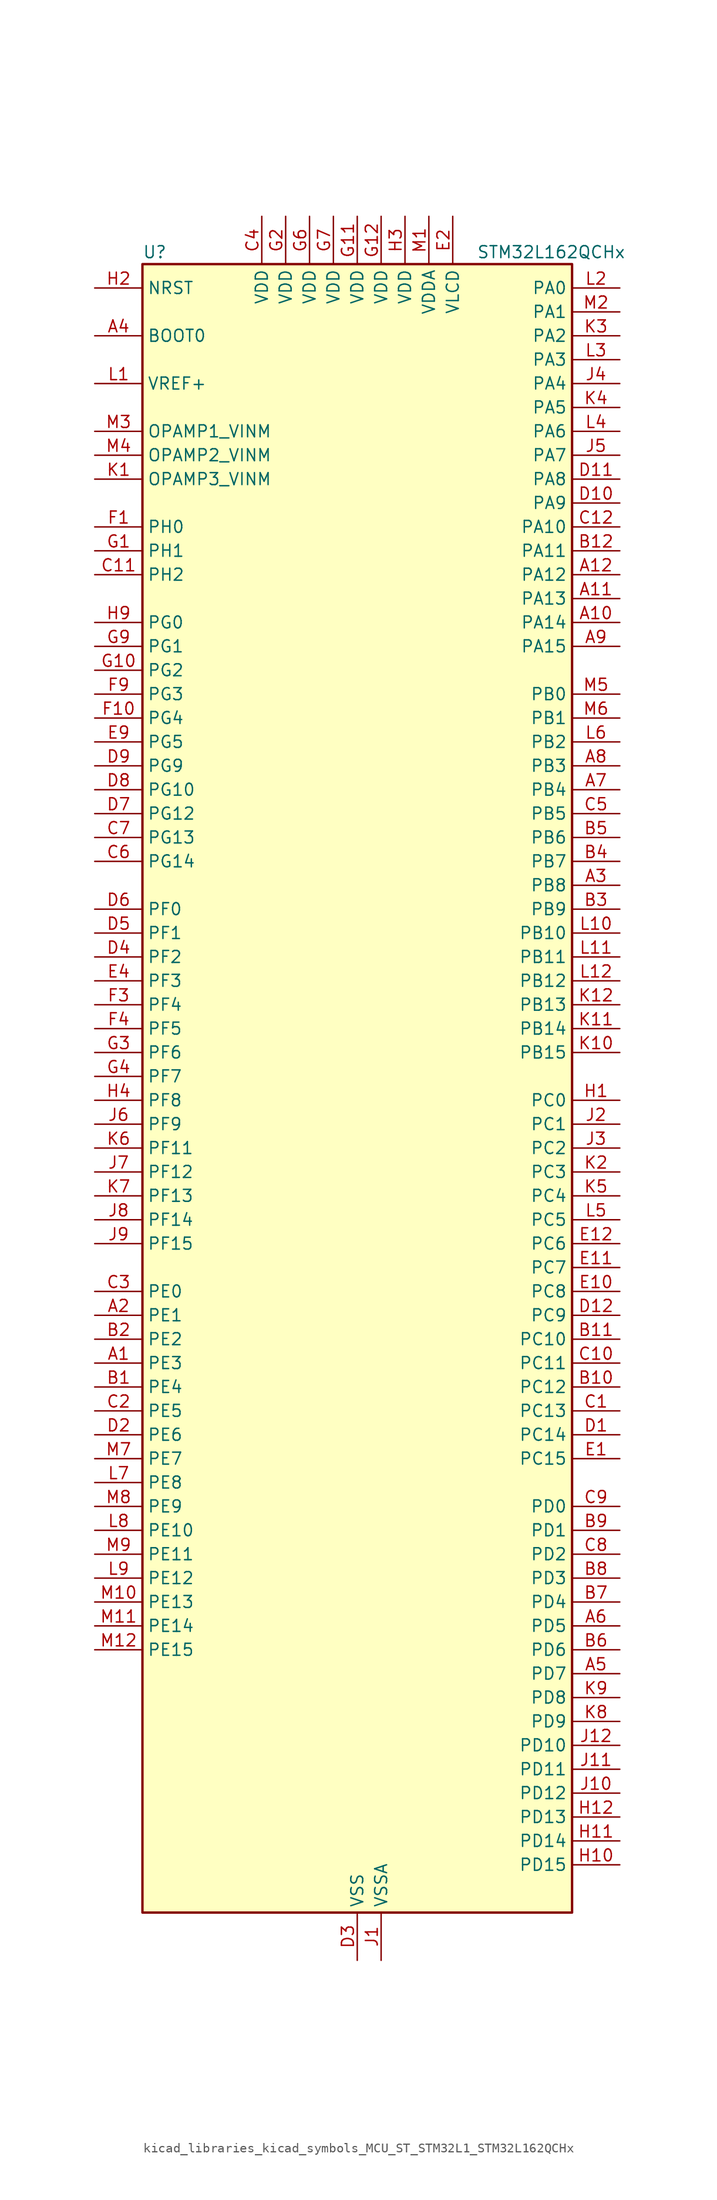
<source format=kicad_sym>
(kicad_symbol_lib
  (version 20220914)
  (generator kicad_symbol_editor)
  (symbol "kicad_libraries_kicad_symbols_MCU_ST_STM32L1_STM32L162QCHx"
    (property "Reference" "U"
      (at -22.86 90.17 0)
      (effects (font (size 1.27 1.27)) (justify left)))
    (property "Value" "STM32L162QCHx"
      (at 12.7 90.17 0)
      (effects (font (size 1.27 1.27)) (justify left)))
    (property "ki_locked" ""
      (at 0 0 0)
      (effects (font (size 1.27 1.27))))
    (symbol "kicad_libraries_kicad_symbols_MCU_ST_STM32L1_STM32L162QCHx_0_1"
      (rectangle (start -22.86 -86.36) (end 22.86 88.9) (stroke (width 0.254) (type default)) (fill (type background))))
    (symbol "kicad_libraries_kicad_symbols_MCU_ST_STM32L1_STM32L162QCHx_1_1"
      (pin bidirectional line (at -27.94 -27.94 0) (length 5.08) (name "PE3" (effects (font (size 1.27 1.27)))) (number "A1" (effects (font (size 1.27 1.27)))) (alternate "LCD_SEG39" bidirectional line) (alternate "SYS_TRACED0" bidirectional line) (alternate "TIM3_CH1" bidirectional line) (alternate "TIMX_IC4" bidirectional line))
      (pin bidirectional line (at 27.94 50.8 180) (length 5.08) (name "PA14" (effects (font (size 1.27 1.27)))) (number "A10" (effects (font (size 1.27 1.27)))) (alternate "SYS_JTCK-SWCLK" bidirectional line) (alternate "TIMX_IC3" bidirectional line) (alternate "TS_G5_IO2" bidirectional line))
      (pin bidirectional line (at 27.94 53.34 180) (length 5.08) (name "PA13" (effects (font (size 1.27 1.27)))) (number "A11" (effects (font (size 1.27 1.27)))) (alternate "SYS_JTMS-SWDIO" bidirectional line) (alternate "TIMX_IC2" bidirectional line) (alternate "TS_G5_IO1" bidirectional line))
      (pin bidirectional line (at 27.94 55.88 180) (length 5.08) (name "PA12" (effects (font (size 1.27 1.27)))) (number "A12" (effects (font (size 1.27 1.27)))) (alternate "SPI1_MOSI" bidirectional line) (alternate "TIMX_IC1" bidirectional line) (alternate "USART1_RTS" bidirectional line) (alternate "USB_DP" bidirectional line))
      (pin bidirectional line (at -27.94 -22.86 0) (length 5.08) (name "PE1" (effects (font (size 1.27 1.27)))) (number "A2" (effects (font (size 1.27 1.27)))) (alternate "LCD_SEG37" bidirectional line) (alternate "TIM11_CH1" bidirectional line) (alternate "TIMX_IC2" bidirectional line))
      (pin bidirectional line (at 27.94 22.86 180) (length 5.08) (name "PB8" (effects (font (size 1.27 1.27)))) (number "A3" (effects (font (size 1.27 1.27)))) (alternate "I2C1_SCL" bidirectional line) (alternate "LCD_SEG16" bidirectional line) (alternate "TIM10_CH1" bidirectional line) (alternate "TIM4_CH3" bidirectional line))
      (pin input line (at -27.94 81.28 0) (length 5.08) (name "BOOT0" (effects (font (size 1.27 1.27)))) (number "A4" (effects (font (size 1.27 1.27)))))
      (pin bidirectional line (at 27.94 -60.96 180) (length 5.08) (name "PD7" (effects (font (size 1.27 1.27)))) (number "A5" (effects (font (size 1.27 1.27)))) (alternate "TIM9_CH2" bidirectional line) (alternate "TIMX_IC4" bidirectional line) (alternate "USART2_CK" bidirectional line))
      (pin bidirectional line (at 27.94 -55.88 180) (length 5.08) (name "PD5" (effects (font (size 1.27 1.27)))) (number "A6" (effects (font (size 1.27 1.27)))) (alternate "TIMX_IC2" bidirectional line) (alternate "USART2_TX" bidirectional line))
      (pin bidirectional line (at 27.94 33.02 180) (length 5.08) (name "PB4" (effects (font (size 1.27 1.27)))) (number "A7" (effects (font (size 1.27 1.27)))) (alternate "COMP2_INP" bidirectional line) (alternate "LCD_SEG8" bidirectional line) (alternate "SPI1_MISO" bidirectional line) (alternate "SPI3_MISO" bidirectional line) (alternate "SYS_JTRST" bidirectional line) (alternate "TIM3_CH1" bidirectional line) (alternate "TS_G6_IO1" bidirectional line))
      (pin bidirectional line (at 27.94 35.56 180) (length 5.08) (name "PB3" (effects (font (size 1.27 1.27)))) (number "A8" (effects (font (size 1.27 1.27)))) (alternate "COMP2_INM" bidirectional line) (alternate "I2S3_CK" bidirectional line) (alternate "LCD_SEG7" bidirectional line) (alternate "SPI1_SCK" bidirectional line) (alternate "SPI3_SCK" bidirectional line) (alternate "SYS_JTDO-TRACESWO" bidirectional line) (alternate "TIM2_CH2" bidirectional line))
      (pin bidirectional line (at 27.94 48.26 180) (length 5.08) (name "PA15" (effects (font (size 1.27 1.27)))) (number "A9" (effects (font (size 1.27 1.27)))) (alternate "ADC_EXTI15" bidirectional line) (alternate "I2S3_WS" bidirectional line) (alternate "LCD_SEG17" bidirectional line) (alternate "SPI1_NSS" bidirectional line) (alternate "SPI3_NSS" bidirectional line) (alternate "SYS_JTDI" bidirectional line) (alternate "TIM2_CH1" bidirectional line) (alternate "TIM2_ETR" bidirectional line) (alternate "TIMX_IC4" bidirectional line) (alternate "TS_G5_IO3" bidirectional line))
      (pin bidirectional line (at -27.94 -30.48 0) (length 5.08) (name "PE4" (effects (font (size 1.27 1.27)))) (number "B1" (effects (font (size 1.27 1.27)))) (alternate "SYS_TRACED1" bidirectional line) (alternate "TIM3_CH2" bidirectional line) (alternate "TIMX_IC1" bidirectional line))
      (pin bidirectional line (at 27.94 -30.48 180) (length 5.08) (name "PC12" (effects (font (size 1.27 1.27)))) (number "B10" (effects (font (size 1.27 1.27)))) (alternate "I2S3_SD" bidirectional line) (alternate "LCD_COM6" bidirectional line) (alternate "LCD_SEG30" bidirectional line) (alternate "LCD_SEG42" bidirectional line) (alternate "SPI3_MOSI" bidirectional line) (alternate "TIMX_IC1" bidirectional line) (alternate "USART3_CK" bidirectional line))
      (pin bidirectional line (at 27.94 -25.4 180) (length 5.08) (name "PC10" (effects (font (size 1.27 1.27)))) (number "B11" (effects (font (size 1.27 1.27)))) (alternate "I2S3_CK" bidirectional line) (alternate "LCD_COM4" bidirectional line) (alternate "LCD_SEG28" bidirectional line) (alternate "LCD_SEG40" bidirectional line) (alternate "SPI3_SCK" bidirectional line) (alternate "TIMX_IC3" bidirectional line) (alternate "USART3_TX" bidirectional line))
      (pin bidirectional line (at 27.94 58.42 180) (length 5.08) (name "PA11" (effects (font (size 1.27 1.27)))) (number "B12" (effects (font (size 1.27 1.27)))) (alternate "ADC_EXTI11" bidirectional line) (alternate "SPI1_MISO" bidirectional line) (alternate "TIMX_IC4" bidirectional line) (alternate "USART1_CTS" bidirectional line) (alternate "USB_DM" bidirectional line))
      (pin bidirectional line (at -27.94 -25.4 0) (length 5.08) (name "PE2" (effects (font (size 1.27 1.27)))) (number "B2" (effects (font (size 1.27 1.27)))) (alternate "LCD_SEG38" bidirectional line) (alternate "SYS_TRACECK" bidirectional line) (alternate "TIM3_ETR" bidirectional line) (alternate "TIMX_IC3" bidirectional line))
      (pin bidirectional line (at 27.94 20.32 180) (length 5.08) (name "PB9" (effects (font (size 1.27 1.27)))) (number "B3" (effects (font (size 1.27 1.27)))) (alternate "DAC_EXTI9" bidirectional line) (alternate "I2C1_SDA" bidirectional line) (alternate "LCD_COM3" bidirectional line) (alternate "TIM11_CH1" bidirectional line) (alternate "TIM4_CH4" bidirectional line))
      (pin bidirectional line (at 27.94 25.4 180) (length 5.08) (name "PB7" (effects (font (size 1.27 1.27)))) (number "B4" (effects (font (size 1.27 1.27)))) (alternate "COMP2_INP" bidirectional line) (alternate "I2C1_SDA" bidirectional line) (alternate "SYS_PVD_IN" bidirectional line) (alternate "TIM4_CH2" bidirectional line) (alternate "TS_G6_IO4" bidirectional line) (alternate "USART1_RX" bidirectional line))
      (pin bidirectional line (at 27.94 27.94 180) (length 5.08) (name "PB6" (effects (font (size 1.27 1.27)))) (number "B5" (effects (font (size 1.27 1.27)))) (alternate "COMP2_INP" bidirectional line) (alternate "I2C1_SCL" bidirectional line) (alternate "TIM4_CH1" bidirectional line) (alternate "TS_G6_IO3" bidirectional line) (alternate "USART1_TX" bidirectional line))
      (pin bidirectional line (at 27.94 -58.42 180) (length 5.08) (name "PD6" (effects (font (size 1.27 1.27)))) (number "B6" (effects (font (size 1.27 1.27)))) (alternate "TIMX_IC3" bidirectional line) (alternate "USART2_RX" bidirectional line))
      (pin bidirectional line (at 27.94 -53.34 180) (length 5.08) (name "PD4" (effects (font (size 1.27 1.27)))) (number "B7" (effects (font (size 1.27 1.27)))) (alternate "I2S2_SD" bidirectional line) (alternate "SPI2_MOSI" bidirectional line) (alternate "TIMX_IC1" bidirectional line) (alternate "USART2_RTS" bidirectional line))
      (pin bidirectional line (at 27.94 -50.8 180) (length 5.08) (name "PD3" (effects (font (size 1.27 1.27)))) (number "B8" (effects (font (size 1.27 1.27)))) (alternate "SPI2_MISO" bidirectional line) (alternate "TIMX_IC4" bidirectional line) (alternate "USART2_CTS" bidirectional line))
      (pin bidirectional line (at 27.94 -45.72 180) (length 5.08) (name "PD1" (effects (font (size 1.27 1.27)))) (number "B9" (effects (font (size 1.27 1.27)))) (alternate "I2S2_CK" bidirectional line) (alternate "SPI2_SCK" bidirectional line) (alternate "TIMX_IC2" bidirectional line))
      (pin bidirectional line (at 27.94 -33.02 180) (length 5.08) (name "PC13" (effects (font (size 1.27 1.27)))) (number "C1" (effects (font (size 1.27 1.27)))) (alternate "RTC_OUT_ALARM" bidirectional line) (alternate "RTC_OUT_CALIB" bidirectional line) (alternate "RTC_TAMP1" bidirectional line) (alternate "RTC_TS" bidirectional line) (alternate "SYS_WKUP2" bidirectional line) (alternate "TIMX_IC2" bidirectional line))
      (pin bidirectional line (at 27.94 -27.94 180) (length 5.08) (name "PC11" (effects (font (size 1.27 1.27)))) (number "C10" (effects (font (size 1.27 1.27)))) (alternate "ADC_EXTI11" bidirectional line) (alternate "LCD_COM5" bidirectional line) (alternate "LCD_SEG29" bidirectional line) (alternate "LCD_SEG41" bidirectional line) (alternate "SPI3_MISO" bidirectional line) (alternate "TIMX_IC4" bidirectional line) (alternate "USART3_RX" bidirectional line))
      (pin bidirectional line (at -27.94 55.88 0) (length 5.08) (name "PH2" (effects (font (size 1.27 1.27)))) (number "C11" (effects (font (size 1.27 1.27)))))
      (pin bidirectional line (at 27.94 60.96 180) (length 5.08) (name "PA10" (effects (font (size 1.27 1.27)))) (number "C12" (effects (font (size 1.27 1.27)))) (alternate "LCD_COM2" bidirectional line) (alternate "TIMX_IC3" bidirectional line) (alternate "TS_G4_IO3" bidirectional line) (alternate "USART1_RX" bidirectional line))
      (pin bidirectional line (at -27.94 -33.02 0) (length 5.08) (name "PE5" (effects (font (size 1.27 1.27)))) (number "C2" (effects (font (size 1.27 1.27)))) (alternate "SYS_TRACED2" bidirectional line) (alternate "TIM9_CH1" bidirectional line) (alternate "TIMX_IC2" bidirectional line))
      (pin bidirectional line (at -27.94 -20.32 0) (length 5.08) (name "PE0" (effects (font (size 1.27 1.27)))) (number "C3" (effects (font (size 1.27 1.27)))) (alternate "LCD_SEG36" bidirectional line) (alternate "TIM10_CH1" bidirectional line) (alternate "TIM4_ETR" bidirectional line) (alternate "TIMX_IC1" bidirectional line))
      (pin power_in line (at -10.16 93.98 270) (length 5.08) (name "VDD" (effects (font (size 1.27 1.27)))) (number "C4" (effects (font (size 1.27 1.27)))))
      (pin bidirectional line (at 27.94 30.48 180) (length 5.08) (name "PB5" (effects (font (size 1.27 1.27)))) (number "C5" (effects (font (size 1.27 1.27)))) (alternate "COMP2_INP" bidirectional line) (alternate "I2C1_SMBA" bidirectional line) (alternate "I2S3_SD" bidirectional line) (alternate "LCD_SEG9" bidirectional line) (alternate "SPI1_MOSI" bidirectional line) (alternate "SPI3_MOSI" bidirectional line) (alternate "TIM3_CH2" bidirectional line) (alternate "TS_G6_IO2" bidirectional line))
      (pin bidirectional line (at -27.94 25.4 0) (length 5.08) (name "PG14" (effects (font (size 1.27 1.27)))) (number "C6" (effects (font (size 1.27 1.27)))))
      (pin bidirectional line (at -27.94 27.94 0) (length 5.08) (name "PG13" (effects (font (size 1.27 1.27)))) (number "C7" (effects (font (size 1.27 1.27)))))
      (pin bidirectional line (at 27.94 -48.26 180) (length 5.08) (name "PD2" (effects (font (size 1.27 1.27)))) (number "C8" (effects (font (size 1.27 1.27)))) (alternate "LCD_COM7" bidirectional line) (alternate "LCD_SEG31" bidirectional line) (alternate "LCD_SEG43" bidirectional line) (alternate "TIM3_ETR" bidirectional line) (alternate "TIMX_IC3" bidirectional line))
      (pin bidirectional line (at 27.94 -43.18 180) (length 5.08) (name "PD0" (effects (font (size 1.27 1.27)))) (number "C9" (effects (font (size 1.27 1.27)))) (alternate "I2S2_WS" bidirectional line) (alternate "SPI2_NSS" bidirectional line) (alternate "TIM9_CH1" bidirectional line) (alternate "TIMX_IC1" bidirectional line))
      (pin bidirectional line (at 27.94 -35.56 180) (length 5.08) (name "PC14" (effects (font (size 1.27 1.27)))) (number "D1" (effects (font (size 1.27 1.27)))) (alternate "RCC_OSC32_IN" bidirectional line) (alternate "TIMX_IC3" bidirectional line))
      (pin bidirectional line (at 27.94 63.5 180) (length 5.08) (name "PA9" (effects (font (size 1.27 1.27)))) (number "D10" (effects (font (size 1.27 1.27)))) (alternate "DAC_EXTI9" bidirectional line) (alternate "LCD_COM1" bidirectional line) (alternate "TIMX_IC2" bidirectional line) (alternate "TS_G4_IO2" bidirectional line) (alternate "USART1_TX" bidirectional line))
      (pin bidirectional line (at 27.94 66.04 180) (length 5.08) (name "PA8" (effects (font (size 1.27 1.27)))) (number "D11" (effects (font (size 1.27 1.27)))) (alternate "LCD_COM0" bidirectional line) (alternate "RCC_MCO" bidirectional line) (alternate "TIMX_IC1" bidirectional line) (alternate "TS_G4_IO1" bidirectional line) (alternate "USART1_CK" bidirectional line))
      (pin bidirectional line (at 27.94 -22.86 180) (length 5.08) (name "PC9" (effects (font (size 1.27 1.27)))) (number "D12" (effects (font (size 1.27 1.27)))) (alternate "DAC_EXTI9" bidirectional line) (alternate "LCD_SEG27" bidirectional line) (alternate "TIM3_CH4" bidirectional line) (alternate "TIMX_IC2" bidirectional line) (alternate "TS_G10_IO4" bidirectional line))
      (pin bidirectional line (at -27.94 -35.56 0) (length 5.08) (name "PE6" (effects (font (size 1.27 1.27)))) (number "D2" (effects (font (size 1.27 1.27)))) (alternate "RTC_TAMP3" bidirectional line) (alternate "SYS_TRACED3" bidirectional line) (alternate "SYS_WKUP3" bidirectional line) (alternate "TIM9_CH2" bidirectional line) (alternate "TIMX_IC3" bidirectional line))
      (pin power_in line (at 0 -91.44 90) (length 5.08) (name "VSS" (effects (font (size 1.27 1.27)))) (number "D3" (effects (font (size 1.27 1.27)))))
      (pin bidirectional line (at -27.94 15.24 0) (length 5.08) (name "PF2" (effects (font (size 1.27 1.27)))) (number "D4" (effects (font (size 1.27 1.27)))))
      (pin bidirectional line (at -27.94 17.78 0) (length 5.08) (name "PF1" (effects (font (size 1.27 1.27)))) (number "D5" (effects (font (size 1.27 1.27)))))
      (pin bidirectional line (at -27.94 20.32 0) (length 5.08) (name "PF0" (effects (font (size 1.27 1.27)))) (number "D6" (effects (font (size 1.27 1.27)))))
      (pin bidirectional line (at -27.94 30.48 0) (length 5.08) (name "PG12" (effects (font (size 1.27 1.27)))) (number "D7" (effects (font (size 1.27 1.27)))))
      (pin bidirectional line (at -27.94 33.02 0) (length 5.08) (name "PG10" (effects (font (size 1.27 1.27)))) (number "D8" (effects (font (size 1.27 1.27)))))
      (pin bidirectional line (at -27.94 35.56 0) (length 5.08) (name "PG9" (effects (font (size 1.27 1.27)))) (number "D9" (effects (font (size 1.27 1.27)))) (alternate "DAC_EXTI9" bidirectional line))
      (pin bidirectional line (at 27.94 -38.1 180) (length 5.08) (name "PC15" (effects (font (size 1.27 1.27)))) (number "E1" (effects (font (size 1.27 1.27)))) (alternate "ADC_EXTI15" bidirectional line) (alternate "RCC_OSC32_OUT" bidirectional line) (alternate "TIMX_IC4" bidirectional line))
      (pin bidirectional line (at 27.94 -20.32 180) (length 5.08) (name "PC8" (effects (font (size 1.27 1.27)))) (number "E10" (effects (font (size 1.27 1.27)))) (alternate "LCD_SEG26" bidirectional line) (alternate "TIM3_CH3" bidirectional line) (alternate "TIMX_IC1" bidirectional line) (alternate "TS_G10_IO3" bidirectional line))
      (pin bidirectional line (at 27.94 -17.78 180) (length 5.08) (name "PC7" (effects (font (size 1.27 1.27)))) (number "E11" (effects (font (size 1.27 1.27)))) (alternate "I2S3_MCK" bidirectional line) (alternate "LCD_SEG25" bidirectional line) (alternate "TIM3_CH2" bidirectional line) (alternate "TIMX_IC4" bidirectional line) (alternate "TS_G10_IO2" bidirectional line))
      (pin bidirectional line (at 27.94 -15.24 180) (length 5.08) (name "PC6" (effects (font (size 1.27 1.27)))) (number "E12" (effects (font (size 1.27 1.27)))) (alternate "I2S2_MCK" bidirectional line) (alternate "LCD_SEG24" bidirectional line) (alternate "TIM3_CH1" bidirectional line) (alternate "TIMX_IC3" bidirectional line) (alternate "TS_G10_IO1" bidirectional line))
      (pin power_in line (at 10.16 93.98 270) (length 5.08) (name "VLCD" (effects (font (size 1.27 1.27)))) (number "E2" (effects (font (size 1.27 1.27)))))
      (pin passive line (at 0 -91.44 90) (length 5.08) hide (name "VSS" (effects (font (size 1.27 1.27)))) (number "E3" (effects (font (size 1.27 1.27)))))
      (pin bidirectional line (at -27.94 12.7 0) (length 5.08) (name "PF3" (effects (font (size 1.27 1.27)))) (number "E4" (effects (font (size 1.27 1.27)))))
      (pin bidirectional line (at -27.94 38.1 0) (length 5.08) (name "PG5" (effects (font (size 1.27 1.27)))) (number "E9" (effects (font (size 1.27 1.27)))))
      (pin bidirectional line (at -27.94 60.96 0) (length 5.08) (name "PH0" (effects (font (size 1.27 1.27)))) (number "F1" (effects (font (size 1.27 1.27)))) (alternate "RCC_OSC_IN" bidirectional line))
      (pin bidirectional line (at -27.94 40.64 0) (length 5.08) (name "PG4" (effects (font (size 1.27 1.27)))) (number "F10" (effects (font (size 1.27 1.27)))) (alternate "ADC_IN12b" bidirectional line) (alternate "TS_G7_IO7" bidirectional line))
      (pin passive line (at 0 -91.44 90) (length 5.08) hide (name "VSS" (effects (font (size 1.27 1.27)))) (number "F11" (effects (font (size 1.27 1.27)))))
      (pin passive line (at 0 -91.44 90) (length 5.08) hide (name "VSS" (effects (font (size 1.27 1.27)))) (number "F12" (effects (font (size 1.27 1.27)))))
      (pin passive line (at 0 -91.44 90) (length 5.08) hide (name "VSS" (effects (font (size 1.27 1.27)))) (number "F2" (effects (font (size 1.27 1.27)))))
      (pin bidirectional line (at -27.94 10.16 0) (length 5.08) (name "PF4" (effects (font (size 1.27 1.27)))) (number "F3" (effects (font (size 1.27 1.27)))))
      (pin bidirectional line (at -27.94 7.62 0) (length 5.08) (name "PF5" (effects (font (size 1.27 1.27)))) (number "F4" (effects (font (size 1.27 1.27)))))
      (pin passive line (at 0 -91.44 90) (length 5.08) hide (name "VSS" (effects (font (size 1.27 1.27)))) (number "F6" (effects (font (size 1.27 1.27)))))
      (pin passive line (at 0 -91.44 90) (length 5.08) hide (name "VSS" (effects (font (size 1.27 1.27)))) (number "F7" (effects (font (size 1.27 1.27)))))
      (pin bidirectional line (at -27.94 43.18 0) (length 5.08) (name "PG3" (effects (font (size 1.27 1.27)))) (number "F9" (effects (font (size 1.27 1.27)))) (alternate "ADC_IN11b" bidirectional line) (alternate "TS_G7_IO6" bidirectional line))
      (pin bidirectional line (at -27.94 58.42 0) (length 5.08) (name "PH1" (effects (font (size 1.27 1.27)))) (number "G1" (effects (font (size 1.27 1.27)))) (alternate "RCC_OSC_OUT" bidirectional line))
      (pin bidirectional line (at -27.94 45.72 0) (length 5.08) (name "PG2" (effects (font (size 1.27 1.27)))) (number "G10" (effects (font (size 1.27 1.27)))) (alternate "ADC_IN10b" bidirectional line) (alternate "TS_G7_IO5" bidirectional line))
      (pin power_in line (at 0 93.98 270) (length 5.08) (name "VDD" (effects (font (size 1.27 1.27)))) (number "G11" (effects (font (size 1.27 1.27)))))
      (pin power_in line (at 2.54 93.98 270) (length 5.08) (name "VDD" (effects (font (size 1.27 1.27)))) (number "G12" (effects (font (size 1.27 1.27)))))
      (pin power_in line (at -7.62 93.98 270) (length 5.08) (name "VDD" (effects (font (size 1.27 1.27)))) (number "G2" (effects (font (size 1.27 1.27)))))
      (pin bidirectional line (at -27.94 5.08 0) (length 5.08) (name "PF6" (effects (font (size 1.27 1.27)))) (number "G3" (effects (font (size 1.27 1.27)))) (alternate "ADC_IN27" bidirectional line) (alternate "TIM5_CH1" bidirectional line) (alternate "TIM5_ETR" bidirectional line) (alternate "TS_G11_IO1" bidirectional line))
      (pin bidirectional line (at -27.94 2.54 0) (length 5.08) (name "PF7" (effects (font (size 1.27 1.27)))) (number "G4" (effects (font (size 1.27 1.27)))) (alternate "ADC_IN28" bidirectional line) (alternate "COMP1_INP" bidirectional line) (alternate "TIM5_CH2" bidirectional line) (alternate "TS_G11_IO2" bidirectional line))
      (pin power_in line (at -5.08 93.98 270) (length 5.08) (name "VDD" (effects (font (size 1.27 1.27)))) (number "G6" (effects (font (size 1.27 1.27)))))
      (pin power_in line (at -2.54 93.98 270) (length 5.08) (name "VDD" (effects (font (size 1.27 1.27)))) (number "G7" (effects (font (size 1.27 1.27)))))
      (pin bidirectional line (at -27.94 48.26 0) (length 5.08) (name "PG1" (effects (font (size 1.27 1.27)))) (number "G9" (effects (font (size 1.27 1.27)))) (alternate "ADC_IN9b" bidirectional line) (alternate "TS_G2_IO5" bidirectional line))
      (pin bidirectional line (at 27.94 0 180) (length 5.08) (name "PC0" (effects (font (size 1.27 1.27)))) (number "H1" (effects (font (size 1.27 1.27)))) (alternate "ADC_IN10" bidirectional line) (alternate "COMP1_INP" bidirectional line) (alternate "LCD_SEG18" bidirectional line) (alternate "TIMX_IC1" bidirectional line) (alternate "TS_G8_IO1" bidirectional line))
      (pin bidirectional line (at 27.94 -81.28 180) (length 5.08) (name "PD15" (effects (font (size 1.27 1.27)))) (number "H10" (effects (font (size 1.27 1.27)))) (alternate "ADC_EXTI15" bidirectional line) (alternate "LCD_SEG35" bidirectional line) (alternate "TIM4_CH4" bidirectional line) (alternate "TIMX_IC4" bidirectional line))
      (pin bidirectional line (at 27.94 -78.74 180) (length 5.08) (name "PD14" (effects (font (size 1.27 1.27)))) (number "H11" (effects (font (size 1.27 1.27)))) (alternate "LCD_SEG34" bidirectional line) (alternate "TIM4_CH3" bidirectional line) (alternate "TIMX_IC3" bidirectional line))
      (pin bidirectional line (at 27.94 -76.2 180) (length 5.08) (name "PD13" (effects (font (size 1.27 1.27)))) (number "H12" (effects (font (size 1.27 1.27)))) (alternate "LCD_SEG33" bidirectional line) (alternate "TIM4_CH2" bidirectional line) (alternate "TIMX_IC2" bidirectional line))
      (pin input line (at -27.94 86.36 0) (length 5.08) (name "NRST" (effects (font (size 1.27 1.27)))) (number "H2" (effects (font (size 1.27 1.27)))))
      (pin power_in line (at 5.08 93.98 270) (length 5.08) (name "VDD" (effects (font (size 1.27 1.27)))) (number "H3" (effects (font (size 1.27 1.27)))))
      (pin bidirectional line (at -27.94 0 0) (length 5.08) (name "PF8" (effects (font (size 1.27 1.27)))) (number "H4" (effects (font (size 1.27 1.27)))) (alternate "ADC_IN29" bidirectional line) (alternate "COMP1_INP" bidirectional line) (alternate "TIM5_CH3" bidirectional line) (alternate "TS_G11_IO3" bidirectional line))
      (pin bidirectional line (at -27.94 50.8 0) (length 5.08) (name "PG0" (effects (font (size 1.27 1.27)))) (number "H9" (effects (font (size 1.27 1.27)))) (alternate "ADC_IN8b" bidirectional line) (alternate "TS_G2_IO4" bidirectional line))
      (pin power_in line (at 2.54 -91.44 90) (length 5.08) (name "VSSA" (effects (font (size 1.27 1.27)))) (number "J1" (effects (font (size 1.27 1.27)))))
      (pin bidirectional line (at 27.94 -73.66 180) (length 5.08) (name "PD12" (effects (font (size 1.27 1.27)))) (number "J10" (effects (font (size 1.27 1.27)))) (alternate "LCD_SEG32" bidirectional line) (alternate "TIM4_CH1" bidirectional line) (alternate "TIMX_IC1" bidirectional line) (alternate "USART3_RTS" bidirectional line))
      (pin bidirectional line (at 27.94 -71.12 180) (length 5.08) (name "PD11" (effects (font (size 1.27 1.27)))) (number "J11" (effects (font (size 1.27 1.27)))) (alternate "ADC_EXTI11" bidirectional line) (alternate "LCD_SEG31" bidirectional line) (alternate "TIMX_IC4" bidirectional line) (alternate "USART3_CTS" bidirectional line))
      (pin bidirectional line (at 27.94 -68.58 180) (length 5.08) (name "PD10" (effects (font (size 1.27 1.27)))) (number "J12" (effects (font (size 1.27 1.27)))) (alternate "LCD_SEG30" bidirectional line) (alternate "TIMX_IC3" bidirectional line) (alternate "USART3_CK" bidirectional line))
      (pin bidirectional line (at 27.94 -2.54 180) (length 5.08) (name "PC1" (effects (font (size 1.27 1.27)))) (number "J2" (effects (font (size 1.27 1.27)))) (alternate "ADC_IN11" bidirectional line) (alternate "COMP1_INP" bidirectional line) (alternate "LCD_SEG19" bidirectional line) (alternate "TIMX_IC2" bidirectional line) (alternate "TS_G8_IO2" bidirectional line))
      (pin bidirectional line (at 27.94 -5.08 180) (length 5.08) (name "PC2" (effects (font (size 1.27 1.27)))) (number "J3" (effects (font (size 1.27 1.27)))) (alternate "ADC_IN12" bidirectional line) (alternate "COMP1_INP" bidirectional line) (alternate "LCD_SEG20" bidirectional line) (alternate "TIMX_IC3" bidirectional line) (alternate "TS_G8_IO3" bidirectional line))
      (pin bidirectional line (at 27.94 76.2 180) (length 5.08) (name "PA4" (effects (font (size 1.27 1.27)))) (number "J4" (effects (font (size 1.27 1.27)))) (alternate "ADC_IN4" bidirectional line) (alternate "COMP1_INP" bidirectional line) (alternate "DAC_OUT1" bidirectional line) (alternate "I2S3_WS" bidirectional line) (alternate "SPI1_NSS" bidirectional line) (alternate "SPI3_NSS" bidirectional line) (alternate "TIMX_IC1" bidirectional line) (alternate "USART2_CK" bidirectional line))
      (pin bidirectional line (at 27.94 68.58 180) (length 5.08) (name "PA7" (effects (font (size 1.27 1.27)))) (number "J5" (effects (font (size 1.27 1.27)))) (alternate "ADC_IN7" bidirectional line) (alternate "COMP1_INP" bidirectional line) (alternate "LCD_SEG4" bidirectional line) (alternate "SPI1_MOSI" bidirectional line) (alternate "TIM11_CH1" bidirectional line) (alternate "TIM3_CH2" bidirectional line) (alternate "TIMX_IC4" bidirectional line) (alternate "TS_G2_IO2" bidirectional line))
      (pin bidirectional line (at -27.94 -2.54 0) (length 5.08) (name "PF9" (effects (font (size 1.27 1.27)))) (number "J6" (effects (font (size 1.27 1.27)))) (alternate "ADC_IN30" bidirectional line) (alternate "COMP1_INP" bidirectional line) (alternate "DAC_EXTI9" bidirectional line) (alternate "TIM5_CH4" bidirectional line) (alternate "TS_G11_IO4" bidirectional line))
      (pin bidirectional line (at -27.94 -7.62 0) (length 5.08) (name "PF12" (effects (font (size 1.27 1.27)))) (number "J7" (effects (font (size 1.27 1.27)))) (alternate "ADC_IN2b" bidirectional line) (alternate "TS_G3_IO5" bidirectional line))
      (pin bidirectional line (at -27.94 -12.7 0) (length 5.08) (name "PF14" (effects (font (size 1.27 1.27)))) (number "J8" (effects (font (size 1.27 1.27)))) (alternate "ADC_IN6b" bidirectional line) (alternate "TS_G9_IO4" bidirectional line))
      (pin bidirectional line (at -27.94 -15.24 0) (length 5.08) (name "PF15" (effects (font (size 1.27 1.27)))) (number "J9" (effects (font (size 1.27 1.27)))) (alternate "ADC_EXTI15" bidirectional line) (alternate "ADC_IN7b" bidirectional line) (alternate "TS_G2_IO3" bidirectional line))
      (pin input line (at -27.94 66.04 0) (length 5.08) (name "OPAMP3_VINM" (effects (font (size 1.27 1.27)))) (number "K1" (effects (font (size 1.27 1.27)))))
      (pin bidirectional line (at 27.94 5.08 180) (length 5.08) (name "PB15" (effects (font (size 1.27 1.27)))) (number "K10" (effects (font (size 1.27 1.27)))) (alternate "ADC_EXTI15" bidirectional line) (alternate "ADC_IN21" bidirectional line) (alternate "COMP1_INP" bidirectional line) (alternate "I2S2_SD" bidirectional line) (alternate "LCD_SEG15" bidirectional line) (alternate "RTC_REFIN" bidirectional line) (alternate "SPI2_MOSI" bidirectional line) (alternate "TIM11_CH1" bidirectional line) (alternate "TS_G7_IO4" bidirectional line))
      (pin bidirectional line (at 27.94 7.62 180) (length 5.08) (name "PB14" (effects (font (size 1.27 1.27)))) (number "K11" (effects (font (size 1.27 1.27)))) (alternate "ADC_IN20" bidirectional line) (alternate "COMP1_INP" bidirectional line) (alternate "LCD_SEG14" bidirectional line) (alternate "SPI2_MISO" bidirectional line) (alternate "TIM9_CH2" bidirectional line) (alternate "TS_G7_IO3" bidirectional line) (alternate "USART3_RTS" bidirectional line))
      (pin bidirectional line (at 27.94 10.16 180) (length 5.08) (name "PB13" (effects (font (size 1.27 1.27)))) (number "K12" (effects (font (size 1.27 1.27)))) (alternate "ADC_IN19" bidirectional line) (alternate "COMP1_INP" bidirectional line) (alternate "I2S2_CK" bidirectional line) (alternate "LCD_SEG13" bidirectional line) (alternate "SPI2_SCK" bidirectional line) (alternate "TIM9_CH1" bidirectional line) (alternate "TS_G7_IO2" bidirectional line) (alternate "USART3_CTS" bidirectional line))
      (pin bidirectional line (at 27.94 -7.62 180) (length 5.08) (name "PC3" (effects (font (size 1.27 1.27)))) (number "K2" (effects (font (size 1.27 1.27)))) (alternate "ADC_IN13" bidirectional line) (alternate "COMP1_INP" bidirectional line) (alternate "LCD_SEG21" bidirectional line) (alternate "TIMX_IC4" bidirectional line) (alternate "TS_G8_IO4" bidirectional line))
      (pin bidirectional line (at 27.94 81.28 180) (length 5.08) (name "PA2" (effects (font (size 1.27 1.27)))) (number "K3" (effects (font (size 1.27 1.27)))) (alternate "ADC_IN2" bidirectional line) (alternate "COMP1_INP" bidirectional line) (alternate "LCD_SEG1" bidirectional line) (alternate "TIM2_CH3" bidirectional line) (alternate "TIM5_CH3" bidirectional line) (alternate "TIM9_CH1" bidirectional line) (alternate "TIMX_IC3" bidirectional line) (alternate "TS_G1_IO3" bidirectional line) (alternate "USART2_TX" bidirectional line))
      (pin bidirectional line (at 27.94 73.66 180) (length 5.08) (name "PA5" (effects (font (size 1.27 1.27)))) (number "K4" (effects (font (size 1.27 1.27)))) (alternate "ADC_IN5" bidirectional line) (alternate "COMP1_INP" bidirectional line) (alternate "DAC_OUT2" bidirectional line) (alternate "SPI1_SCK" bidirectional line) (alternate "TIM2_CH1" bidirectional line) (alternate "TIM2_ETR" bidirectional line) (alternate "TIMX_IC2" bidirectional line))
      (pin bidirectional line (at 27.94 -10.16 180) (length 5.08) (name "PC4" (effects (font (size 1.27 1.27)))) (number "K5" (effects (font (size 1.27 1.27)))) (alternate "ADC_IN14" bidirectional line) (alternate "COMP1_INP" bidirectional line) (alternate "LCD_SEG22" bidirectional line) (alternate "TIMX_IC1" bidirectional line) (alternate "TS_G9_IO1" bidirectional line))
      (pin bidirectional line (at -27.94 -5.08 0) (length 5.08) (name "PF11" (effects (font (size 1.27 1.27)))) (number "K6" (effects (font (size 1.27 1.27)))) (alternate "ADC_EXTI11" bidirectional line) (alternate "ADC_IN1b" bidirectional line) (alternate "TS_G3_IO4" bidirectional line))
      (pin bidirectional line (at -27.94 -10.16 0) (length 5.08) (name "PF13" (effects (font (size 1.27 1.27)))) (number "K7" (effects (font (size 1.27 1.27)))) (alternate "ADC_IN3b" bidirectional line) (alternate "TS_G9_IO3" bidirectional line))
      (pin bidirectional line (at 27.94 -66.04 180) (length 5.08) (name "PD9" (effects (font (size 1.27 1.27)))) (number "K8" (effects (font (size 1.27 1.27)))) (alternate "DAC_EXTI9" bidirectional line) (alternate "LCD_SEG29" bidirectional line) (alternate "TIMX_IC2" bidirectional line) (alternate "USART3_RX" bidirectional line))
      (pin bidirectional line (at 27.94 -63.5 180) (length 5.08) (name "PD8" (effects (font (size 1.27 1.27)))) (number "K9" (effects (font (size 1.27 1.27)))) (alternate "LCD_SEG28" bidirectional line) (alternate "TIMX_IC1" bidirectional line) (alternate "USART3_TX" bidirectional line))
      (pin input line (at -27.94 76.2 0) (length 5.08) (name "VREF+" (effects (font (size 1.27 1.27)))) (number "L1" (effects (font (size 1.27 1.27)))))
      (pin bidirectional line (at 27.94 17.78 180) (length 5.08) (name "PB10" (effects (font (size 1.27 1.27)))) (number "L10" (effects (font (size 1.27 1.27)))) (alternate "I2C2_SCL" bidirectional line) (alternate "LCD_SEG10" bidirectional line) (alternate "TIM2_CH3" bidirectional line) (alternate "USART3_TX" bidirectional line))
      (pin bidirectional line (at 27.94 15.24 180) (length 5.08) (name "PB11" (effects (font (size 1.27 1.27)))) (number "L11" (effects (font (size 1.27 1.27)))) (alternate "ADC_EXTI11" bidirectional line) (alternate "I2C2_SDA" bidirectional line) (alternate "LCD_SEG11" bidirectional line) (alternate "TIM2_CH4" bidirectional line) (alternate "USART3_RX" bidirectional line))
      (pin bidirectional line (at 27.94 12.7 180) (length 5.08) (name "PB12" (effects (font (size 1.27 1.27)))) (number "L12" (effects (font (size 1.27 1.27)))) (alternate "ADC_IN18" bidirectional line) (alternate "COMP1_INP" bidirectional line) (alternate "I2C2_SMBA" bidirectional line) (alternate "I2S2_WS" bidirectional line) (alternate "LCD_SEG12" bidirectional line) (alternate "SPI2_NSS" bidirectional line) (alternate "TIM10_CH1" bidirectional line) (alternate "TS_G7_IO1" bidirectional line) (alternate "USART3_CK" bidirectional line))
      (pin bidirectional line (at 27.94 86.36 180) (length 5.08) (name "PA0" (effects (font (size 1.27 1.27)))) (number "L2" (effects (font (size 1.27 1.27)))) (alternate "ADC_IN0" bidirectional line) (alternate "COMP1_INP" bidirectional line) (alternate "RTC_TAMP2" bidirectional line) (alternate "SYS_WKUP1" bidirectional line) (alternate "TIM2_CH1" bidirectional line) (alternate "TIM2_ETR" bidirectional line) (alternate "TIM5_CH1" bidirectional line) (alternate "TIMX_IC1" bidirectional line) (alternate "TS_G1_IO1" bidirectional line) (alternate "USART2_CTS" bidirectional line))
      (pin bidirectional line (at 27.94 78.74 180) (length 5.08) (name "PA3" (effects (font (size 1.27 1.27)))) (number "L3" (effects (font (size 1.27 1.27)))) (alternate "ADC_IN3" bidirectional line) (alternate "COMP1_INP" bidirectional line) (alternate "LCD_SEG2" bidirectional line) (alternate "OPAMP1_VOUT" bidirectional line) (alternate "TIM2_CH4" bidirectional line) (alternate "TIM5_CH4" bidirectional line) (alternate "TIM9_CH2" bidirectional line) (alternate "TIMX_IC4" bidirectional line) (alternate "TS_G1_IO4" bidirectional line) (alternate "USART2_RX" bidirectional line))
      (pin bidirectional line (at 27.94 71.12 180) (length 5.08) (name "PA6" (effects (font (size 1.27 1.27)))) (number "L4" (effects (font (size 1.27 1.27)))) (alternate "ADC_IN6" bidirectional line) (alternate "COMP1_INP" bidirectional line) (alternate "LCD_SEG3" bidirectional line) (alternate "OPAMP2_VINP" bidirectional line) (alternate "SPI1_MISO" bidirectional line) (alternate "TIM10_CH1" bidirectional line) (alternate "TIM3_CH1" bidirectional line) (alternate "TIMX_IC3" bidirectional line) (alternate "TS_G2_IO1" bidirectional line))
      (pin bidirectional line (at 27.94 -12.7 180) (length 5.08) (name "PC5" (effects (font (size 1.27 1.27)))) (number "L5" (effects (font (size 1.27 1.27)))) (alternate "ADC_IN15" bidirectional line) (alternate "COMP1_INP" bidirectional line) (alternate "LCD_SEG23" bidirectional line) (alternate "TIMX_IC2" bidirectional line) (alternate "TS_G9_IO2" bidirectional line))
      (pin bidirectional line (at 27.94 38.1 180) (length 5.08) (name "PB2" (effects (font (size 1.27 1.27)))) (number "L6" (effects (font (size 1.27 1.27)))) (alternate "ADC_IN0b" bidirectional line) (alternate "TS_G3_IO3" bidirectional line))
      (pin bidirectional line (at -27.94 -40.64 0) (length 5.08) (name "PE8" (effects (font (size 1.27 1.27)))) (number "L7" (effects (font (size 1.27 1.27)))) (alternate "ADC_IN23" bidirectional line) (alternate "COMP1_INP" bidirectional line) (alternate "TIMX_IC1" bidirectional line))
      (pin bidirectional line (at -27.94 -45.72 0) (length 5.08) (name "PE10" (effects (font (size 1.27 1.27)))) (number "L8" (effects (font (size 1.27 1.27)))) (alternate "ADC_IN25" bidirectional line) (alternate "COMP1_INP" bidirectional line) (alternate "TIM2_CH2" bidirectional line) (alternate "TIMX_IC3" bidirectional line))
      (pin bidirectional line (at -27.94 -50.8 0) (length 5.08) (name "PE12" (effects (font (size 1.27 1.27)))) (number "L9" (effects (font (size 1.27 1.27)))) (alternate "SPI1_NSS" bidirectional line) (alternate "TIM2_CH4" bidirectional line) (alternate "TIMX_IC1" bidirectional line))
      (pin power_in line (at 7.62 93.98 270) (length 5.08) (name "VDDA" (effects (font (size 1.27 1.27)))) (number "M1" (effects (font (size 1.27 1.27)))))
      (pin bidirectional line (at -27.94 -53.34 0) (length 5.08) (name "PE13" (effects (font (size 1.27 1.27)))) (number "M10" (effects (font (size 1.27 1.27)))) (alternate "SPI1_SCK" bidirectional line) (alternate "TIMX_IC2" bidirectional line))
      (pin bidirectional line (at -27.94 -55.88 0) (length 5.08) (name "PE14" (effects (font (size 1.27 1.27)))) (number "M11" (effects (font (size 1.27 1.27)))) (alternate "SPI1_MISO" bidirectional line) (alternate "TIMX_IC3" bidirectional line))
      (pin bidirectional line (at -27.94 -58.42 0) (length 5.08) (name "PE15" (effects (font (size 1.27 1.27)))) (number "M12" (effects (font (size 1.27 1.27)))) (alternate "ADC_EXTI15" bidirectional line) (alternate "SPI1_MOSI" bidirectional line) (alternate "TIMX_IC4" bidirectional line))
      (pin bidirectional line (at 27.94 83.82 180) (length 5.08) (name "PA1" (effects (font (size 1.27 1.27)))) (number "M2" (effects (font (size 1.27 1.27)))) (alternate "ADC_IN1" bidirectional line) (alternate "COMP1_INP" bidirectional line) (alternate "LCD_SEG0" bidirectional line) (alternate "OPAMP1_VINP" bidirectional line) (alternate "TIM2_CH2" bidirectional line) (alternate "TIM5_CH2" bidirectional line) (alternate "TIMX_IC2" bidirectional line) (alternate "TS_G1_IO2" bidirectional line) (alternate "USART2_RTS" bidirectional line))
      (pin input line (at -27.94 71.12 0) (length 5.08) (name "OPAMP1_VINM" (effects (font (size 1.27 1.27)))) (number "M3" (effects (font (size 1.27 1.27)))) (alternate "OPAMP1_VINM" bidirectional line))
      (pin input line (at -27.94 68.58 0) (length 5.08) (name "OPAMP2_VINM" (effects (font (size 1.27 1.27)))) (number "M4" (effects (font (size 1.27 1.27)))) (alternate "OPAMP2_VINM" bidirectional line))
      (pin bidirectional line (at 27.94 43.18 180) (length 5.08) (name "PB0" (effects (font (size 1.27 1.27)))) (number "M5" (effects (font (size 1.27 1.27)))) (alternate "ADC_IN8" bidirectional line) (alternate "COMP1_INP" bidirectional line) (alternate "LCD_SEG5" bidirectional line) (alternate "OPAMP2_VOUT" bidirectional line) (alternate "SYS_V_REF_OUT" bidirectional line) (alternate "TIM3_CH3" bidirectional line) (alternate "TS_G3_IO1" bidirectional line))
      (pin bidirectional line (at 27.94 40.64 180) (length 5.08) (name "PB1" (effects (font (size 1.27 1.27)))) (number "M6" (effects (font (size 1.27 1.27)))) (alternate "ADC_IN9" bidirectional line) (alternate "COMP1_INP" bidirectional line) (alternate "LCD_SEG6" bidirectional line) (alternate "SYS_V_REF_OUT" bidirectional line) (alternate "TIM3_CH4" bidirectional line) (alternate "TS_G3_IO2" bidirectional line))
      (pin bidirectional line (at -27.94 -38.1 0) (length 5.08) (name "PE7" (effects (font (size 1.27 1.27)))) (number "M7" (effects (font (size 1.27 1.27)))) (alternate "ADC_IN22" bidirectional line) (alternate "COMP1_INP" bidirectional line) (alternate "TIMX_IC4" bidirectional line))
      (pin bidirectional line (at -27.94 -43.18 0) (length 5.08) (name "PE9" (effects (font (size 1.27 1.27)))) (number "M8" (effects (font (size 1.27 1.27)))) (alternate "ADC_IN24" bidirectional line) (alternate "COMP1_INP" bidirectional line) (alternate "DAC_EXTI9" bidirectional line) (alternate "TIM2_CH1" bidirectional line) (alternate "TIM2_ETR" bidirectional line) (alternate "TIMX_IC2" bidirectional line))
      (pin bidirectional line (at -27.94 -48.26 0) (length 5.08) (name "PE11" (effects (font (size 1.27 1.27)))) (number "M9" (effects (font (size 1.27 1.27)))) (alternate "ADC_EXTI11" bidirectional line) (alternate "TIM2_CH3" bidirectional line) (alternate "TIMX_IC4" bidirectional line)))))
</source>
